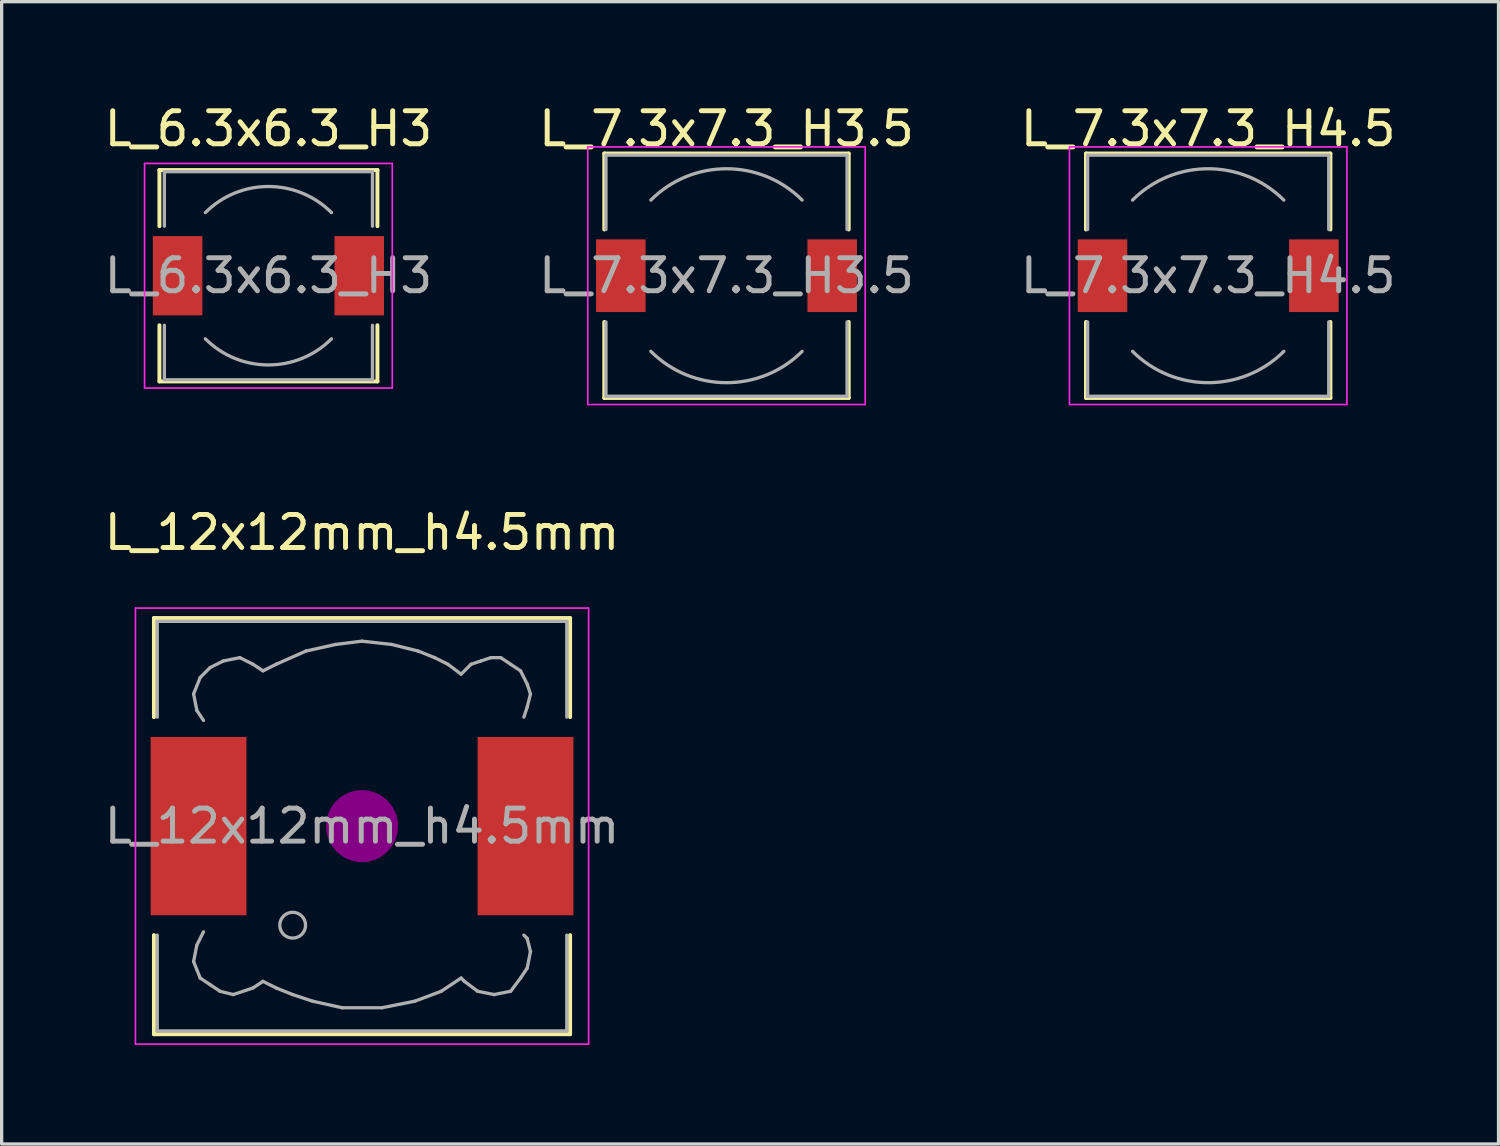
<source format=kicad_pcb>
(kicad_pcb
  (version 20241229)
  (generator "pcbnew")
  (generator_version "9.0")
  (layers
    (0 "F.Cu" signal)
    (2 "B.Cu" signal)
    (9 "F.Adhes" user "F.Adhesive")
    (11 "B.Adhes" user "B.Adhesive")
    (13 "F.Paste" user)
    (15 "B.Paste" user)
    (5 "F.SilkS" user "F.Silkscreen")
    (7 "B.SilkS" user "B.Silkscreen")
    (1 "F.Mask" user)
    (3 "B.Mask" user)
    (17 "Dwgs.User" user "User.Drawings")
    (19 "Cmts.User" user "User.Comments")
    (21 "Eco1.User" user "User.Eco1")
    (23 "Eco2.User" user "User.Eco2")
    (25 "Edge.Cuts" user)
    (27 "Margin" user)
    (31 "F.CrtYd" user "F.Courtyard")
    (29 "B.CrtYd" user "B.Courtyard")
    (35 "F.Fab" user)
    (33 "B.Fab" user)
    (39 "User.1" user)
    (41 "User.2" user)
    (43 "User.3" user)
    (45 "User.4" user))
  (footprint "L_12x12mm_h4.5mm"
    (layer "F.Cu")
    (at 7.911 21.962)
    (property "Reference" "L_12x12mm_h4.5mm" (at 0 -8.89 0) (layer "F.SilkS") (effects (font (size 1 1) (thickness 0.15))))
    (attr smd)
    (fp_line (start -6.3 -6.3) (end 6.3 -6.3) (stroke (width 0.12) (type solid)) (layer "F.SilkS"))
    (fp_line (start -6.3 -3.3) (end -6.3 -6.3) (stroke (width 0.12) (type solid)) (layer "F.SilkS"))
    (fp_line (start -6.3 6.3) (end -6.3 3.3) (stroke (width 0.12) (type solid)) (layer "F.SilkS"))
    (fp_line (start 6.3 -6.3) (end 6.3 -3.3) (stroke (width 0.12) (type solid)) (layer "F.SilkS"))
    (fp_line (start 6.3 3.3) (end 6.3 6.3) (stroke (width 0.12) (type solid)) (layer "F.SilkS"))
    (fp_line (start 6.3 6.3) (end -6.3 6.3) (stroke (width 0.12) (type solid)) (layer "F.SilkS"))
    (fp_circle (center 0 0) (end 0.15 0.15) (stroke (width 0.38) (type solid)) (fill no) (layer "F.Adhes"))
    (fp_circle (center 0 0) (end 0.55 0) (stroke (width 0.38) (type solid)) (fill no) (layer "F.Adhes"))
    (fp_circle (center 0 0) (end 0.9 0) (stroke (width 0.38) (type solid)) (fill no) (layer "F.Adhes"))
    (fp_line (start -6.86 -6.6) (end 6.86 -6.6) (stroke (width 0.05) (type solid)) (layer "F.CrtYd"))
    (fp_line (start -6.86 6.6) (end -6.86 -6.6) (stroke (width 0.05) (type solid)) (layer "F.CrtYd"))
    (fp_line (start 6.86 -6.6) (end 6.86 6.6) (stroke (width 0.05) (type solid)) (layer "F.CrtYd"))
    (fp_line (start 6.86 6.6) (end -6.86 6.6) (stroke (width 0.05) (type solid)) (layer "F.CrtYd"))
    (fp_line (start -6.2 -6.2) (end -6.2 -3.3) (stroke (width 0.1) (type solid)) (layer "F.Fab"))
    (fp_line (start -6.2 3.3) (end -6.2 6.2) (stroke (width 0.1) (type solid)) (layer "F.Fab"))
    (fp_line (start -6.2 6.2) (end 6.2 6.2) (stroke (width 0.1) (type solid)) (layer "F.Fab"))
    (fp_line (start -5.1 -4) (end -5 -3.5) (stroke (width 0.1) (type solid)) (layer "F.Fab"))
    (fp_line (start -5.1 4.1) (end -5 3.6) (stroke (width 0.1) (type solid)) (layer "F.Fab"))
    (fp_line (start -5 -3.5) (end -4.8 -3.2) (stroke (width 0.1) (type solid)) (layer "F.Fab"))
    (fp_line (start -5 3.6) (end -4.8 3.2) (stroke (width 0.1) (type solid)) (layer "F.Fab"))
    (fp_line (start -4.9 -4.5) (end -5.1 -4) (stroke (width 0.1) (type solid)) (layer "F.Fab"))
    (fp_line (start -4.9 4.6) (end -5.1 4.1) (stroke (width 0.1) (type solid)) (layer "F.Fab"))
    (fp_line (start -4.6 -4.8) (end -4.9 -4.5) (stroke (width 0.1) (type solid)) (layer "F.Fab"))
    (fp_line (start -4.6 4.8) (end -4.9 4.6) (stroke (width 0.1) (type solid)) (layer "F.Fab"))
    (fp_line (start -4.3 5) (end -4.6 4.8) (stroke (width 0.1) (type solid)) (layer "F.Fab"))
    (fp_line (start -4.2 -5) (end -4.6 -4.8) (stroke (width 0.1) (type solid)) (layer "F.Fab"))
    (fp_line (start -3.9 5.1) (end -4.3 5) (stroke (width 0.1) (type solid)) (layer "F.Fab"))
    (fp_line (start -3.7 -5.1) (end -4.2 -5) (stroke (width 0.1) (type solid)) (layer "F.Fab"))
    (fp_line (start -3.3 -4.9) (end -3.7 -5.1) (stroke (width 0.1) (type solid)) (layer "F.Fab"))
    (fp_line (start -3.3 4.9) (end -3.9 5.1) (stroke (width 0.1) (type solid)) (layer "F.Fab"))
    (fp_line (start -3 -4.7) (end -3.3 -4.9) (stroke (width 0.1) (type solid)) (layer "F.Fab"))
    (fp_line (start -3 4.7) (end -3.3 4.9) (stroke (width 0.1) (type solid)) (layer "F.Fab"))
    (fp_line (start -2.6 -4.9) (end -3 -4.7) (stroke (width 0.1) (type solid)) (layer "F.Fab"))
    (fp_line (start -2.6 4.9) (end -3 4.7) (stroke (width 0.1) (type solid)) (layer "F.Fab"))
    (fp_line (start -2.1 5.1) (end -2.6 4.9) (stroke (width 0.1) (type solid)) (layer "F.Fab"))
    (fp_line (start -1.7 -5.3) (end -2.6 -4.9) (stroke (width 0.1) (type solid)) (layer "F.Fab"))
    (fp_line (start -1.5 5.3) (end -2.1 5.1) (stroke (width 0.1) (type solid)) (layer "F.Fab"))
    (fp_line (start -0.8 -5.5) (end -1.7 -5.3) (stroke (width 0.1) (type solid)) (layer "F.Fab"))
    (fp_line (start -0.6 5.5) (end -1.5 5.3) (stroke (width 0.1) (type solid)) (layer "F.Fab"))
    (fp_line (start 0 -5.6) (end -0.8 -5.5) (stroke (width 0.1) (type solid)) (layer "F.Fab"))
    (fp_line (start 0.6 5.5) (end -0.6 5.5) (stroke (width 0.1) (type solid)) (layer "F.Fab"))
    (fp_line (start 0.9 -5.5) (end 0 -5.6) (stroke (width 0.1) (type solid)) (layer "F.Fab"))
    (fp_line (start 1.6 5.3) (end 0.6 5.5) (stroke (width 0.1) (type solid)) (layer "F.Fab"))
    (fp_line (start 1.7 -5.3) (end 0.9 -5.5) (stroke (width 0.1) (type solid)) (layer "F.Fab"))
    (fp_line (start 2.2 -5.1) (end 1.7 -5.3) (stroke (width 0.1) (type solid)) (layer "F.Fab"))
    (fp_line (start 2.4 5) (end 1.6 5.3) (stroke (width 0.1) (type solid)) (layer "F.Fab"))
    (fp_line (start 2.6 -4.9) (end 2.2 -5.1) (stroke (width 0.1) (type solid)) (layer "F.Fab"))
    (fp_line (start 3 -4.6) (end 2.6 -4.9) (stroke (width 0.1) (type solid)) (layer "F.Fab"))
    (fp_line (start 3 4.6) (end 2.4 5) (stroke (width 0.1) (type solid)) (layer "F.Fab"))
    (fp_line (start 3.1 4.7) (end 3 4.6) (stroke (width 0.1) (type solid)) (layer "F.Fab"))
    (fp_line (start 3.3 -4.9) (end 3 -4.6) (stroke (width 0.1) (type solid)) (layer "F.Fab"))
    (fp_line (start 3.5 5) (end 3.1 4.7) (stroke (width 0.1) (type solid)) (layer "F.Fab"))
    (fp_line (start 3.6 -5) (end 3.3 -4.9) (stroke (width 0.1) (type solid)) (layer "F.Fab"))
    (fp_line (start 3.9 -5.1) (end 3.6 -5) (stroke (width 0.1) (type solid)) (layer "F.Fab"))
    (fp_line (start 4 5.1) (end 3.5 5) (stroke (width 0.1) (type solid)) (layer "F.Fab"))
    (fp_line (start 4.2 -5.1) (end 3.9 -5.1) (stroke (width 0.1) (type solid)) (layer "F.Fab"))
    (fp_line (start 4.5 -4.9) (end 4.2 -5.1) (stroke (width 0.1) (type solid)) (layer "F.Fab"))
    (fp_line (start 4.5 5) (end 4 5.1) (stroke (width 0.1) (type solid)) (layer "F.Fab"))
    (fp_line (start 4.8 -4.7) (end 4.5 -4.9) (stroke (width 0.1) (type solid)) (layer "F.Fab"))
    (fp_line (start 4.8 4.6) (end 4.5 5) (stroke (width 0.1) (type solid)) (layer "F.Fab"))
    (fp_line (start 4.9 -3.3) (end 5 -3.6) (stroke (width 0.1) (type solid)) (layer "F.Fab"))
    (fp_line (start 4.9 3.3) (end 5 3.4) (stroke (width 0.1) (type solid)) (layer "F.Fab"))
    (fp_line (start 5 -4.3) (end 4.8 -4.7) (stroke (width 0.1) (type solid)) (layer "F.Fab"))
    (fp_line (start 5 -3.6) (end 5.1 -4) (stroke (width 0.1) (type solid)) (layer "F.Fab"))
    (fp_line (start 5 3.4) (end 5.1 3.8) (stroke (width 0.1) (type solid)) (layer "F.Fab"))
    (fp_line (start 5 4.3) (end 4.8 4.6) (stroke (width 0.1) (type solid)) (layer "F.Fab"))
    (fp_line (start 5.1 -4) (end 5 -4.3) (stroke (width 0.1) (type solid)) (layer "F.Fab"))
    (fp_line (start 5.1 3.8) (end 5 4.3) (stroke (width 0.1) (type solid)) (layer "F.Fab"))
    (fp_line (start 6.2 -6.2) (end -6.2 -6.2) (stroke (width 0.1) (type solid)) (layer "F.Fab"))
    (fp_line (start 6.2 -6.2) (end 6.2 -3.3) (stroke (width 0.1) (type solid)) (layer "F.Fab"))
    (fp_line (start 6.2 6.2) (end 6.2 3.3) (stroke (width 0.1) (type solid)) (layer "F.Fab"))
    (fp_circle (center -2.1 3) (end -1.8 3.25) (stroke (width 0.1) (type solid)) (fill no) (layer "F.Fab"))
    (fp_text user "${REFERENCE}" (at 0 0 0) (layer "F.Fab") (effects (font (size 1 1) (thickness 0.15))))
    (pad "1" smd rect (at -4.95 0) (size 2.9 5.4) (layers "F.Cu" "F.Mask" "F.Paste"))
    (pad "2" smd rect (at 4.95 0) (size 2.9 5.4) (layers "F.Cu" "F.Mask" "F.Paste")))
  (footprint "L_6.3x6.3_H3"
    (layer "F.Cu")
    (at 5.077 5.298)
    (property "Reference" "L_6.3x6.3_H3" (at 0 -4.45 0) (layer "F.SilkS") (effects (font (size 1 1) (thickness 0.15))))
    (attr smd)
    (fp_line (start -3.3 -3.2) (end 3.3 -3.2) (stroke (width 0.12) (type solid)) (layer "F.SilkS"))
    (fp_line (start -3.3 -1.5) (end -3.3 -3.2) (stroke (width 0.12) (type solid)) (layer "F.SilkS"))
    (fp_line (start -3.3 3.2) (end -3.3 1.5) (stroke (width 0.12) (type solid)) (layer "F.SilkS"))
    (fp_line (start 3.3 -3.2) (end 3.3 -1.5) (stroke (width 0.12) (type solid)) (layer "F.SilkS"))
    (fp_line (start 3.3 1.5) (end 3.3 3.2) (stroke (width 0.12) (type solid)) (layer "F.SilkS"))
    (fp_line (start 3.3 3.2) (end -3.3 3.2) (stroke (width 0.12) (type solid)) (layer "F.SilkS"))
    (fp_line (start -3.75 -3.4) (end -3.75 3.4) (stroke (width 0.05) (type solid)) (layer "F.CrtYd"))
    (fp_line (start -3.75 3.4) (end 3.75 3.4) (stroke (width 0.05) (type solid)) (layer "F.CrtYd"))
    (fp_line (start 3.75 -3.4) (end -3.75 -3.4) (stroke (width 0.05) (type solid)) (layer "F.CrtYd"))
    (fp_line (start 3.75 3.4) (end 3.75 -3.4) (stroke (width 0.05) (type solid)) (layer "F.CrtYd"))
    (fp_line (start -3.15 -3.15) (end -3.15 -1.5) (stroke (width 0.1) (type solid)) (layer "F.Fab"))
    (fp_line (start -3.15 -3.15) (end 3.15 -3.15) (stroke (width 0.1) (type solid)) (layer "F.Fab"))
    (fp_line (start -3.15 3.15) (end -3.15 1.5) (stroke (width 0.1) (type solid)) (layer "F.Fab"))
    (fp_line (start -3.15 3.15) (end 3.15 3.15) (stroke (width 0.1) (type solid)) (layer "F.Fab"))
    (fp_line (start 3.15 -3.15) (end 3.15 -1.5) (stroke (width 0.1) (type solid)) (layer "F.Fab"))
    (fp_line (start 3.15 3.15) (end 3.15 1.5) (stroke (width 0.1) (type solid)) (layer "F.Fab"))
    (fp_arc (start -1.91 -1.91) (mid 0 -2.701148) (end 1.91 -1.91) (stroke (width 0.1) (type solid)) (layer "F.Fab"))
    (fp_arc (start 1.91 1.91) (mid 0 2.701148) (end -1.91 1.91) (stroke (width 0.1) (type solid)) (layer "F.Fab"))
    (fp_text user "${REFERENCE}" (at 0 0 0) (layer "F.Fab") (effects (font (size 1 1) (thickness 0.15))))
    (pad "1" smd rect (at -2.75 0) (size 1.5 2.4) (layers "F.Cu" "F.Mask" "F.Paste"))
    (pad "2" smd rect (at 2.75 0) (size 1.5 2.4) (layers "F.Cu" "F.Mask" "F.Paste")))
  (footprint "L_7.3x7.3_H3.5"
    (layer "F.Cu")
    (at 18.946 5.298)
    (property "Reference" "L_7.3x7.3_H3.5" (at 0 -4.45 0) (layer "F.SilkS") (effects (font (size 1 1) (thickness 0.15))))
    (attr smd)
    (fp_line (start -3.7 -3.7) (end 3.7 -3.7) (stroke (width 0.12) (type solid)) (layer "F.SilkS"))
    (fp_line (start -3.7 -1.4) (end -3.7 -3.7) (stroke (width 0.12) (type solid)) (layer "F.SilkS"))
    (fp_line (start -3.7 3.7) (end -3.7 1.4) (stroke (width 0.12) (type solid)) (layer "F.SilkS"))
    (fp_line (start 3.7 -3.7) (end 3.7 -1.4) (stroke (width 0.12) (type solid)) (layer "F.SilkS"))
    (fp_line (start 3.7 1.4) (end 3.7 3.7) (stroke (width 0.12) (type solid)) (layer "F.SilkS"))
    (fp_line (start 3.7 3.7) (end -3.7 3.7) (stroke (width 0.12) (type solid)) (layer "F.SilkS"))
    (fp_line (start -4.2 -3.9) (end -4.2 3.9) (stroke (width 0.05) (type solid)) (layer "F.CrtYd"))
    (fp_line (start -4.2 3.9) (end 4.2 3.9) (stroke (width 0.05) (type solid)) (layer "F.CrtYd"))
    (fp_line (start 4.2 -3.9) (end -4.2 -3.9) (stroke (width 0.05) (type solid)) (layer "F.CrtYd"))
    (fp_line (start 4.2 3.9) (end 4.2 -3.9) (stroke (width 0.05) (type solid)) (layer "F.CrtYd"))
    (fp_line (start -3.65 -3.65) (end -3.65 -1.4) (stroke (width 0.1) (type solid)) (layer "F.Fab"))
    (fp_line (start -3.65 -3.65) (end 3.65 -3.65) (stroke (width 0.1) (type solid)) (layer "F.Fab"))
    (fp_line (start -3.65 3.65) (end -3.65 1.4) (stroke (width 0.1) (type solid)) (layer "F.Fab"))
    (fp_line (start 3.65 -3.65) (end 3.65 -1.4) (stroke (width 0.1) (type solid)) (layer "F.Fab"))
    (fp_line (start 3.65 3.65) (end -3.65 3.65) (stroke (width 0.1) (type solid)) (layer "F.Fab"))
    (fp_line (start 3.65 3.65) (end 3.65 1.4) (stroke (width 0.1) (type solid)) (layer "F.Fab"))
    (fp_arc (start -2.29 -2.29) (mid 0 -3.238549) (end 2.29 -2.29) (stroke (width 0.1) (type solid)) (layer "F.Fab"))
    (fp_arc (start 2.29 2.29) (mid 0 3.238549) (end -2.29 2.29) (stroke (width 0.1) (type solid)) (layer "F.Fab"))
    (fp_text user "${REFERENCE}" (at 0 0 0) (layer "F.Fab") (effects (font (size 1 1) (thickness 0.15))))
    (pad "1" smd rect (at -3.2 0) (size 1.5 2.2) (layers "F.Cu" "F.Mask" "F.Paste"))
    (pad "2" smd rect (at 3.2 0) (size 1.5 2.2) (layers "F.Cu" "F.Mask" "F.Paste")))
  (footprint "L_7.3x7.3_H4.5"
    (layer "F.Cu")
    (at 33.53 5.298)
    (property "Reference" "L_7.3x7.3_H4.5" (at 0 -4.45 0) (layer "F.SilkS") (effects (font (size 1 1) (thickness 0.15))))
    (attr smd)
    (fp_line (start -3.7 -3.7) (end 3.7 -3.7) (stroke (width 0.12) (type solid)) (layer "F.SilkS"))
    (fp_line (start -3.7 -1.4) (end -3.7 -3.7) (stroke (width 0.12) (type solid)) (layer "F.SilkS"))
    (fp_line (start -3.7 3.7) (end -3.7 1.4) (stroke (width 0.12) (type solid)) (layer "F.SilkS"))
    (fp_line (start 3.7 -3.7) (end 3.7 -1.4) (stroke (width 0.12) (type solid)) (layer "F.SilkS"))
    (fp_line (start 3.7 1.4) (end 3.7 3.7) (stroke (width 0.12) (type solid)) (layer "F.SilkS"))
    (fp_line (start 3.7 3.7) (end -3.7 3.7) (stroke (width 0.12) (type solid)) (layer "F.SilkS"))
    (fp_line (start -4.2 -3.9) (end -4.2 3.9) (stroke (width 0.05) (type solid)) (layer "F.CrtYd"))
    (fp_line (start -4.2 3.9) (end 4.2 3.9) (stroke (width 0.05) (type solid)) (layer "F.CrtYd"))
    (fp_line (start 4.2 -3.9) (end -4.2 -3.9) (stroke (width 0.05) (type solid)) (layer "F.CrtYd"))
    (fp_line (start 4.2 3.9) (end 4.2 -3.9) (stroke (width 0.05) (type solid)) (layer "F.CrtYd"))
    (fp_line (start -3.65 -3.65) (end -3.65 -1.4) (stroke (width 0.1) (type solid)) (layer "F.Fab"))
    (fp_line (start -3.65 -3.65) (end 3.65 -3.65) (stroke (width 0.1) (type solid)) (layer "F.Fab"))
    (fp_line (start -3.65 3.65) (end -3.65 1.4) (stroke (width 0.1) (type solid)) (layer "F.Fab"))
    (fp_line (start 3.65 -3.65) (end 3.65 -1.4) (stroke (width 0.1) (type solid)) (layer "F.Fab"))
    (fp_line (start 3.65 3.65) (end -3.65 3.65) (stroke (width 0.1) (type solid)) (layer "F.Fab"))
    (fp_line (start 3.65 3.65) (end 3.65 1.4) (stroke (width 0.1) (type solid)) (layer "F.Fab"))
    (fp_arc (start -2.29 -2.29) (mid 0 -3.238549) (end 2.29 -2.29) (stroke (width 0.1) (type solid)) (layer "F.Fab"))
    (fp_arc (start 2.29 2.29) (mid 0 3.238549) (end -2.29 2.29) (stroke (width 0.1) (type solid)) (layer "F.Fab"))
    (fp_text user "${REFERENCE}" (at 0 0 0) (layer "F.Fab") (effects (font (size 1 1) (thickness 0.15))))
    (pad "1" smd rect (at -3.2 0) (size 1.5 2.2) (layers "F.Cu" "F.Mask" "F.Paste"))
    (pad "2" smd rect (at 3.2 0) (size 1.5 2.2) (layers "F.Cu" "F.Mask" "F.Paste")))
  (gr_rect
    (start -3 -3)
    (end 42.321 31.587)
    (stroke (width 0.1) (type default))
    (fill no)
    (layer "Edge.Cuts")))
</source>
